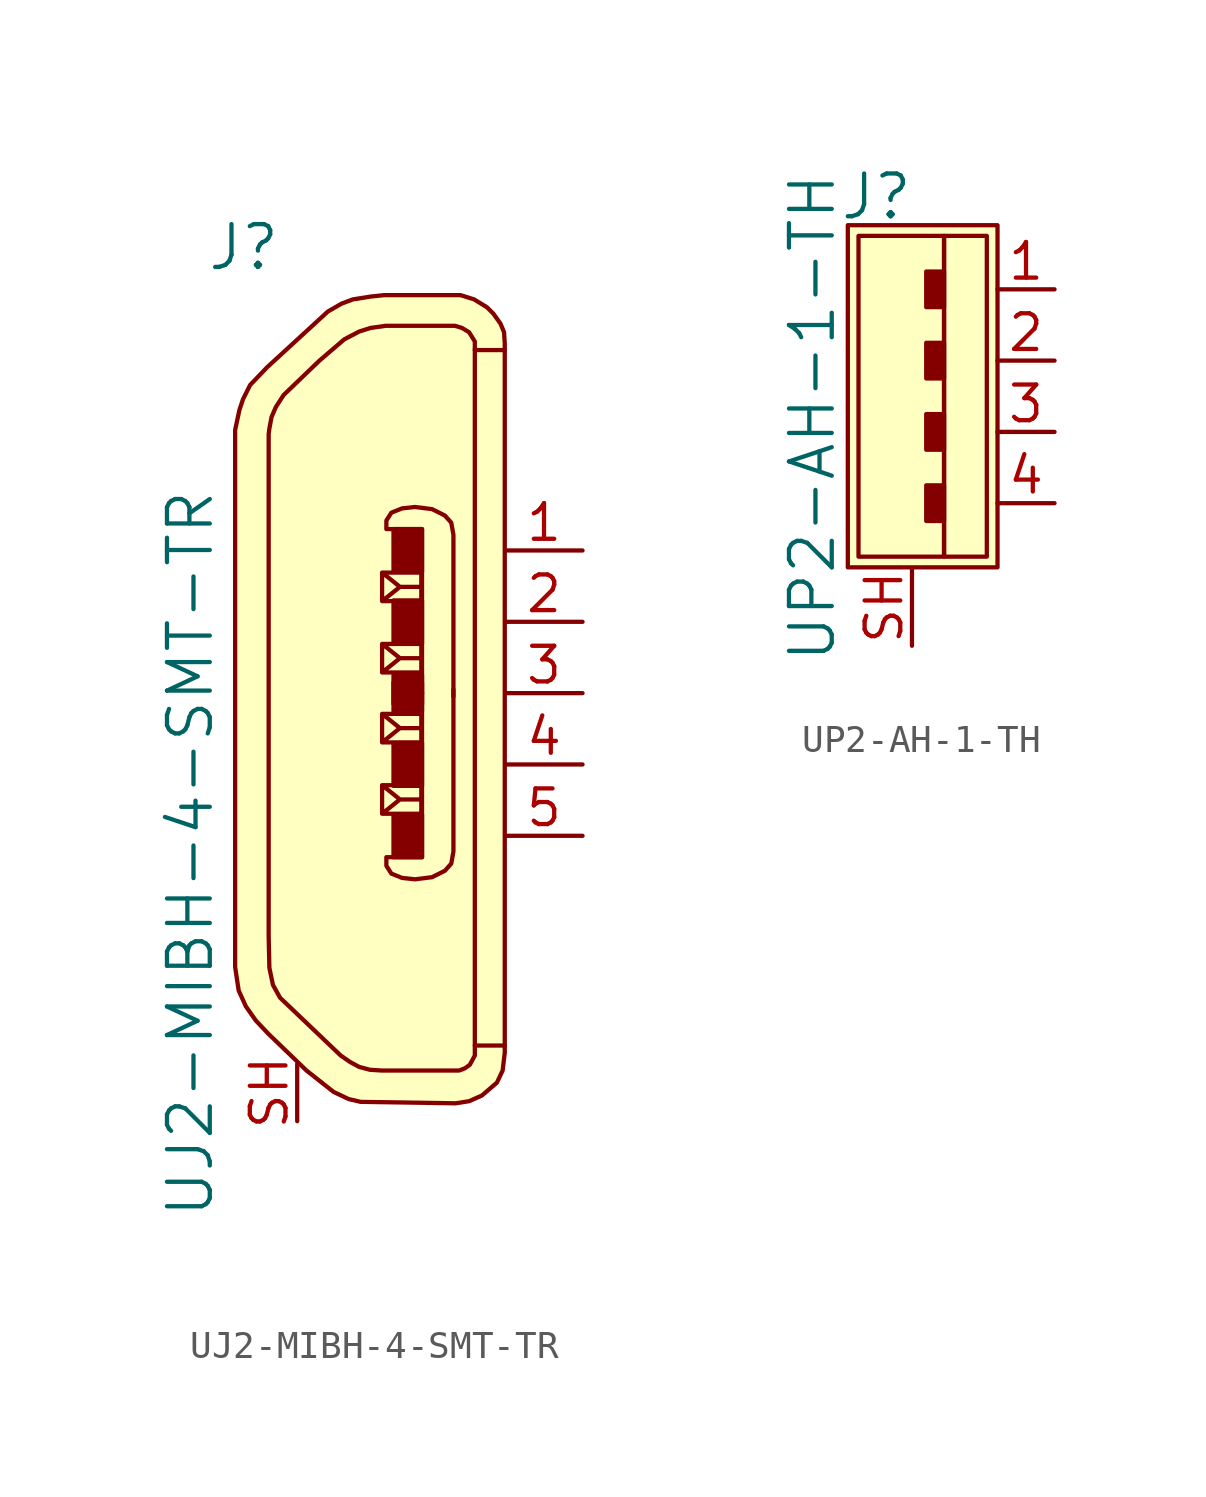
<source format=kicad_sym>
(kicad_symbol_lib
  (version 20211014)
  (generator kicad_symbol_editor)
  (symbol "UJ2-MIBH-4-SMT-TR"
    (pin_names
      (offset 1.016))
    (property "Reference" "J"
      (at -4.445 15.875 0)
      (effects (font (size 1.524 1.524))))
    (property "Value" "UJ2-MIBH-4-SMT-TR"
      (at -6.35 -5.715 90)
      (effects (font (size 1.524 1.524))))
    (symbol "UJ2-MIBH-4-SMT-TR_0_1"
      (polyline (pts (xy 3.785 12.243) (xy 3.785 -12.548)) (stroke (width 0) (type default) (color 0 0 0 0)) (fill (type none)))
      (polyline (pts (xy 0.483 -4.293) (xy 0.483 -3.277) (xy 1.88 -3.277) (xy 1.88 -4.293) (xy 0.483 -4.293) (xy 1.118 -3.785) (xy 0.483 -3.277) (xy 1.88 -3.277) (xy 1.88 -3.785) (xy 1.118 -3.785)) (stroke (width 0) (type default) (color 0 0 0 0)) (fill (type none)))
      (polyline (pts (xy 0.483 -1.753) (xy 0.483 -0.737) (xy 1.88 -0.737) (xy 1.88 -1.753) (xy 0.483 -1.753) (xy 1.118 -1.245) (xy 0.483 -0.737) (xy 1.88 -0.737) (xy 1.88 -1.245) (xy 1.118 -1.245)) (stroke (width 0) (type default) (color 0 0 0 0)) (fill (type none)))
      (polyline (pts (xy 0.483 1.753) (xy 0.483 0.737) (xy 1.88 0.737) (xy 1.88 1.753) (xy 0.483 1.753) (xy 1.118 1.245) (xy 0.483 0.737) (xy 1.88 0.737) (xy 1.88 1.245) (xy 1.118 1.245)) (stroke (width 0) (type default) (color 0 0 0 0)) (fill (type none)))
      (polyline (pts (xy 0.483 4.293) (xy 0.483 3.277) (xy 1.88 3.277) (xy 1.88 4.293) (xy 0.483 4.293) (xy 1.118 3.785) (xy 0.483 3.277) (xy 1.88 3.277) (xy 1.88 3.785) (xy 1.118 3.785)) (stroke (width 0) (type default) (color 0 0 0 0)) (fill (type none)))
      (polyline (pts (xy 1.905 -0.025) (xy 1.905 5.842) (xy 0.635 5.842) (xy 0.635 6.147) (xy 0.813 6.426) (xy 1.194 6.579) (xy 1.651 6.629) (xy 2.261 6.553) (xy 2.718 6.325) (xy 2.946 6.071) (xy 3.023 5.639) (xy 3.023 4.801) (xy 3.023 -0.127)) (stroke (width 0) (type default) (color 0 0 0 0)) (fill (type none)))
      (polyline (pts (xy 1.905 0.025) (xy 1.905 -5.842) (xy 0.635 -5.842) (xy 0.635 -6.147) (xy 0.813 -6.426) (xy 1.194 -6.579) (xy 1.651 -6.629) (xy 2.261 -6.553) (xy 2.718 -6.325) (xy 2.946 -6.071) (xy 3.023 -5.639) (xy 3.023 -4.801) (xy 3.023 0.127)) (stroke (width 0) (type default) (color 0 0 0 0)) (fill (type none)))
      (polyline (pts (xy 4.851 -12.548) (xy 3.835 -12.548) (xy 3.785 -12.548) (xy 3.785 -12.903) (xy 3.607 -13.233) (xy 3.429 -13.36) (xy 3.226 -13.437) (xy 0.457 -13.437) (xy 0.051 -13.411) (xy -0.33 -13.31) (xy -0.66 -13.132) (xy -0.991 -12.903) (xy -3.15 -10.846) (xy -3.404 -10.389) (xy -3.531 -9.779) (xy -3.556 -8.636) (xy -3.556 9.22) (xy -3.531 9.423) (xy -3.454 9.83) (xy -3.302 10.185) (xy -3.023 10.617) (xy -1.753 11.836) (xy -0.864 12.598) (xy -0.33 12.878) (xy 0.076 13.005) (xy 0.61 13.081) (xy 3.073 13.081) (xy 3.327 13.005) (xy 3.581 12.852) (xy 3.785 12.522) (xy 3.785 12.217) (xy 4.851 12.217)) (stroke (width 0) (type default) (color 0 0 0 0)) (fill (type none)))
      (polyline (pts (xy 4.851 -11.481) (xy 4.851 -12.802) (xy 4.775 -13.437) (xy 4.572 -13.868) (xy 4.039 -14.326) (xy 3.581 -14.529) (xy 3.099 -14.605) (xy -0.279 -14.554) (xy -0.711 -14.453) (xy -1.245 -14.199) (xy -2.21 -13.437) (xy -3.556 -12.141) (xy -4.013 -11.659) (xy -4.369 -11.151) (xy -4.623 -10.592) (xy -4.75 -9.754) (xy -4.75 9.373) (xy -4.597 10.084) (xy -4.47 10.465) (xy -4.216 10.973) (xy -3.607 11.608) (xy -1.448 13.589) (xy -0.965 13.868) (xy -0.559 14.021) (xy 0.076 14.122) (xy 0.559 14.173) (xy 3.277 14.173) (xy 3.759 14.021) (xy 4.216 13.741) (xy 4.445 13.513) (xy 4.699 13.157) (xy 4.826 12.852) (xy 4.851 12.446) (xy 4.851 -11.506)) (stroke (width 0) (type default) (color 0 0 0 0)) (fill (type background)))
      (rectangle (start 0.889 -4.318) (end 1.905 -5.842) (stroke (width 0) (type default) (color 0 0 0 0)) (fill (type outline)))
      (rectangle (start 0.889 -3.302) (end 1.905 -1.778) (stroke (width 0) (type default) (color 0 0 0 0)) (fill (type outline)))
      (rectangle (start 0.889 -0.635) (end 1.905 0.381) (stroke (width 0) (type default) (color 0 0 0 0)) (fill (type outline)))
      (rectangle (start 0.889 0.635) (end 1.905 -0.381) (stroke (width 0) (type default) (color 0 0 0 0)) (fill (type outline)))
      (rectangle (start 0.889 3.302) (end 1.905 1.778) (stroke (width 0) (type default) (color 0 0 0 0)) (fill (type outline)))
      (rectangle (start 0.889 4.318) (end 1.905 5.842) (stroke (width 0) (type default) (color 0 0 0 0)) (fill (type outline))))
    (symbol "UJ2-MIBH-4-SMT-TR_1_1"
      (pin passive line (at 7.62 5.08 180) (length 2.743) (name "~" (effects (font (size 1.27 1.27)))) (number "1" (effects (font (size 1.27 1.27)))))
      (pin passive line (at 7.62 2.54 180) (length 2.743) (name "~" (effects (font (size 1.27 1.27)))) (number "2" (effects (font (size 1.27 1.27)))))
      (pin passive line (at 7.62 0 180) (length 2.743) (name "~" (effects (font (size 1.27 1.27)))) (number "3" (effects (font (size 1.27 1.27)))))
      (pin passive line (at 7.62 -2.54 180) (length 2.743) (name "~" (effects (font (size 1.27 1.27)))) (number "4" (effects (font (size 1.27 1.27)))))
      (pin passive line (at 7.62 -5.08 180) (length 2.743) (name "~" (effects (font (size 1.27 1.27)))) (number "5" (effects (font (size 1.27 1.27)))))
      (pin passive line (at -2.54 -15.24 90) (length 2.032) (name "~" (effects (font (size 1.27 1.27)))) (number "SH" (effects (font (size 1.27 1.27)))))))
  (symbol "UP2-AH-1-TH"
    (pin_names
      (offset 1.016))
    (property "Reference" "J"
      (at -1.27 8.382 0)
      (effects (font (size 1.524 1.524))))
    (property "Value" "UP2-AH-1-TH"
      (at -3.556 0.508 90)
      (effects (font (size 1.524 1.524))))
    (symbol "UP2-AH-1-TH_0_1"
      (rectangle (start -1.905 6.985) (end 1.143 -4.445) (stroke (width 0) (type default) (color 0 0 0 0)) (fill (type none)))
      (polyline (pts (xy -2.286 7.366) (xy 3.048 7.366) (xy 3.048 -4.826) (xy -2.286 -4.826) (xy -2.286 7.366)) (stroke (width 0) (type default) (color 0 0 0 0)) (fill (type background)))
      (rectangle (start 1.143 -1.905) (end 0.508 -3.175) (stroke (width 0) (type default) (color 0 0 0 0)) (fill (type outline)))
      (rectangle (start 1.143 0.635) (end 0.508 -0.635) (stroke (width 0) (type default) (color 0 0 0 0)) (fill (type outline)))
      (rectangle (start 1.143 3.175) (end 0.508 1.905) (stroke (width 0) (type default) (color 0 0 0 0)) (fill (type outline)))
      (rectangle (start 1.143 4.445) (end 0.508 5.715) (stroke (width 0) (type default) (color 0 0 0 0)) (fill (type outline)))
      (rectangle (start 1.143 6.985) (end 2.667 -4.445) (stroke (width 0) (type default) (color 0 0 0 0)) (fill (type none))))
    (symbol "UP2-AH-1-TH_1_1"
      (pin passive line (at 5.08 5.08 180) (length 2.032) (name "~" (effects (font (size 1.27 1.27)))) (number "1" (effects (font (size 1.27 1.27)))))
      (pin passive line (at 5.08 2.54 180) (length 2.032) (name "~" (effects (font (size 1.27 1.27)))) (number "2" (effects (font (size 1.27 1.27)))))
      (pin passive line (at 5.08 0 180) (length 2.032) (name "~" (effects (font (size 1.27 1.27)))) (number "3" (effects (font (size 1.27 1.27)))))
      (pin passive line (at 5.08 -2.54 180) (length 2.032) (name "~" (effects (font (size 1.27 1.27)))) (number "4" (effects (font (size 1.27 1.27)))))
      (pin passive line (at 0 -7.62 90) (length 2.743) (name "~" (effects (font (size 1.27 1.27)))) (number "SH" (effects (font (size 1.27 1.27))))))))
</source>
